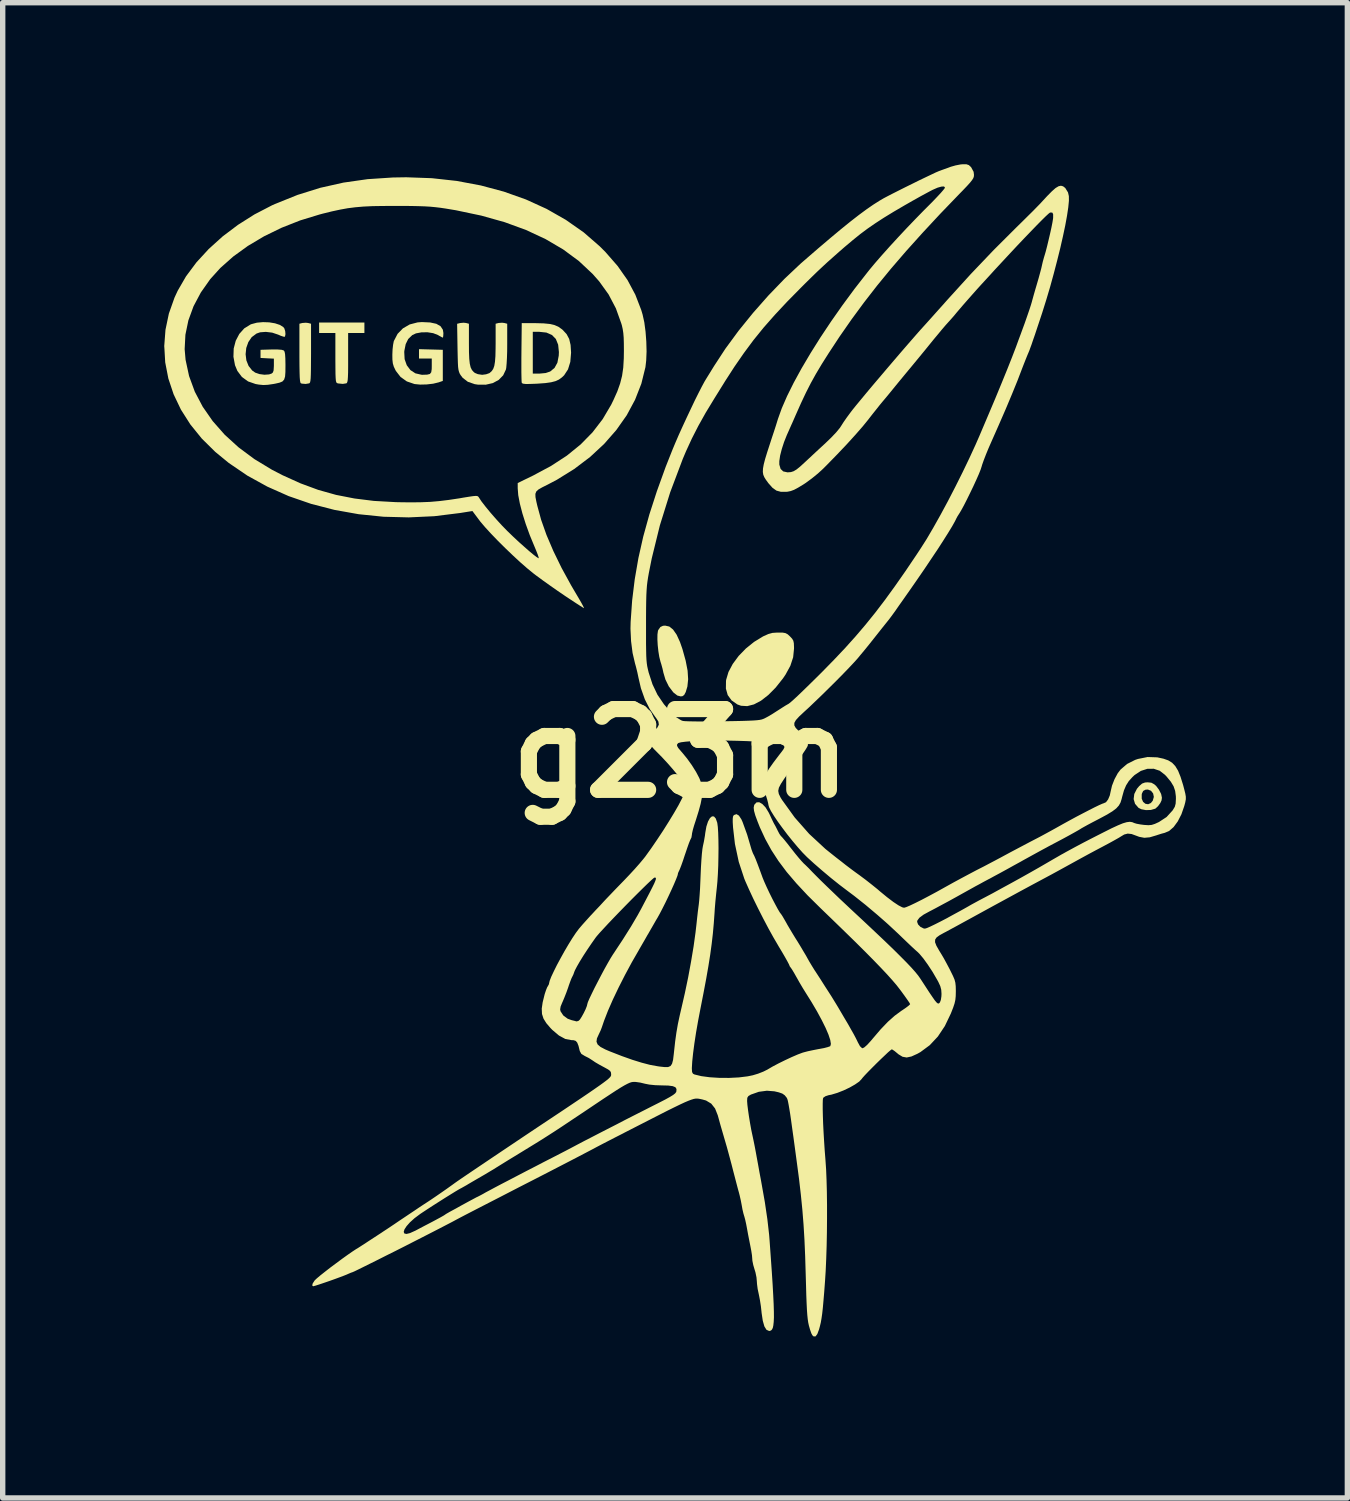
<source format=kicad_pcb>
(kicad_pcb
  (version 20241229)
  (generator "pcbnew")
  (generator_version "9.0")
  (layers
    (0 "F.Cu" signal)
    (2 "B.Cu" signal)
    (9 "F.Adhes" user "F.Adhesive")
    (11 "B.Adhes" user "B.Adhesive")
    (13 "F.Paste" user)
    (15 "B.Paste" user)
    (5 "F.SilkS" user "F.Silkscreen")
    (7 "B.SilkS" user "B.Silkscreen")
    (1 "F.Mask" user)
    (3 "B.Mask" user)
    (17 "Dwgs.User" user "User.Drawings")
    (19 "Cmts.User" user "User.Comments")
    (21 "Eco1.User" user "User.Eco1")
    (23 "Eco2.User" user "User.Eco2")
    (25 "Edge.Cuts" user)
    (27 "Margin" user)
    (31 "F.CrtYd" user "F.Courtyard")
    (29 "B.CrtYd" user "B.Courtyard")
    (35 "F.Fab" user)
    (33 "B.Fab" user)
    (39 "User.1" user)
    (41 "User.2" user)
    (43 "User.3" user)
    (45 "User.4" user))
  (footprint "g23m"
    (layer "F.Cu")
    (at 9.593 10.939)
    (property "Reference" "g23m" (at 0 0 0) (layer "F.SilkS") (effects (font (size 1.5 1.5) (thickness 0.3))))
    (attr board_only exclude_from_pos_files exclude_from_bom)
    (fp_poly (pts (xy -6.921 -7.991) (xy -6.867 -7.977) (xy -6.867 -7.43) (xy -6.868 -7.26) (xy -6.869 -7.129) (xy -6.871 -7.031) (xy -6.874 -6.961) (xy -6.879 -6.915) (xy -6.886 -6.887) (xy -6.896 -6.873) (xy -6.902 -6.87) (xy -6.966 -6.859) (xy -7.036 -6.865) (xy -7.056 -6.871) (xy -7.065 -6.885) (xy -7.072 -6.921) (xy -7.077 -6.984) (xy -7.08 -7.078) (xy -7.082 -7.205) (xy -7.083 -7.371) (xy -7.083 -7.429) (xy -7.083 -7.977) (xy -7.029 -7.991) (xy -6.964 -7.996)) (stroke (width 0) (type solid)) (fill yes) (layer "F.SilkS"))
    (fp_poly (pts (xy -5.876 -7.902) (xy -5.876 -7.805) (xy -6.027 -7.805) (xy -6.178 -7.805) (xy -6.178 -7.344) (xy -6.178 -7.19) (xy -6.179 -7.073) (xy -6.182 -6.989) (xy -6.186 -6.931) (xy -6.193 -6.896) (xy -6.202 -6.877) (xy -6.212 -6.87) (xy -6.278 -6.86) (xy -6.36 -6.868) (xy -6.377 -6.872) (xy -6.389 -6.878) (xy -6.399 -6.893) (xy -6.406 -6.923) (xy -6.41 -6.973) (xy -6.413 -7.048) (xy -6.414 -7.154) (xy -6.415 -7.296) (xy -6.415 -7.343) (xy -6.415 -7.805) (xy -6.566 -7.805) (xy -6.717 -7.805) (xy -6.717 -7.902) (xy -6.717 -7.999) (xy -6.296 -7.999) (xy -5.876 -7.999)) (stroke (width 0) (type solid)) (fill yes) (layer "F.SilkS"))
    (fp_poly (pts (xy -0.214 -2.354) (xy -0.144 -2.298) (xy -0.078 -2.203) (xy -0.016 -2.068) (xy 0.03 -1.936) (xy 0.09 -1.72) (xy 0.126 -1.534) (xy 0.136 -1.375) (xy 0.122 -1.24) (xy 0.091 -1.137) (xy 0.062 -1.083) (xy 0.029 -1.06) (xy -0.005 -1.057) (xy -0.065 -1.073) (xy -0.131 -1.124) (xy -0.144 -1.137) (xy -0.223 -1.242) (xy -0.286 -1.37) (xy -0.325 -1.502) (xy -0.325 -1.505) (xy -0.34 -1.572) (xy -0.363 -1.656) (xy -0.378 -1.703) (xy -0.4 -1.791) (xy -0.417 -1.896) (xy -0.429 -2.007) (xy -0.435 -2.114) (xy -0.434 -2.206) (xy -0.425 -2.272) (xy -0.419 -2.289) (xy -0.38 -2.345) (xy -0.331 -2.368) (xy -0.29 -2.371)) (stroke (width 0) (type solid)) (fill yes) (layer "F.SilkS"))
    (fp_poly (pts (xy 1.892 -2.241) (xy 1.943 -2.232) (xy 1.983 -2.211) (xy 2.025 -2.173) (xy 2.029 -2.169) (xy 2.067 -2.128) (xy 2.089 -2.091) (xy 2.099 -2.044) (xy 2.102 -1.973) (xy 2.102 -1.942) (xy 2.086 -1.783) (xy 2.034 -1.625) (xy 1.945 -1.462) (xy 1.897 -1.391) (xy 1.761 -1.22) (xy 1.624 -1.082) (xy 1.489 -0.977) (xy 1.358 -0.908) (xy 1.233 -0.876) (xy 1.118 -0.883) (xy 1.051 -0.907) (xy 0.943 -0.982) (xy 0.871 -1.081) (xy 0.837 -1.201) (xy 0.839 -1.344) (xy 0.842 -1.366) (xy 0.885 -1.51) (xy 0.964 -1.659) (xy 1.073 -1.807) (xy 1.207 -1.945) (xy 1.359 -2.068) (xy 1.524 -2.169) (xy 1.536 -2.175) (xy 1.625 -2.215) (xy 1.702 -2.236) (xy 1.79 -2.242) (xy 1.813 -2.242)) (stroke (width 0) (type solid)) (fill yes) (layer "F.SilkS"))
    (fp_poly (pts (xy 8.738 0.546) (xy 8.791 0.575) (xy 8.828 0.608) (xy 8.877 0.673) (xy 8.915 0.746) (xy 8.921 0.762) (xy 8.934 0.825) (xy 8.927 0.875) (xy 8.904 0.924) (xy 8.863 0.981) (xy 8.817 1.024) (xy 8.808 1.029) (xy 8.729 1.052) (xy 8.637 1.055) (xy 8.552 1.039) (xy 8.5 1.013) (xy 8.435 0.938) (xy 8.409 0.85) (xy 8.41 0.842) (xy 8.559 0.842) (xy 8.584 0.901) (xy 8.627 0.937) (xy 8.678 0.946) (xy 8.729 0.923) (xy 8.764 0.88) (xy 8.784 0.81) (xy 8.771 0.746) (xy 8.732 0.696) (xy 8.674 0.673) (xy 8.629 0.676) (xy 8.586 0.699) (xy 8.563 0.747) (xy 8.559 0.766) (xy 8.559 0.842) (xy 8.41 0.842) (xy 8.421 0.755) (xy 8.47 0.659) (xy 8.511 0.61) (xy 8.566 0.562) (xy 8.621 0.542) (xy 8.67 0.539)) (stroke (width 0) (type solid)) (fill yes) (layer "F.SilkS"))
    (fp_poly (pts (xy -2.695 -7.988) (xy -2.548 -7.984) (xy -2.435 -7.973) (xy -2.347 -7.953) (xy -2.275 -7.922) (xy -2.21 -7.876) (xy -2.194 -7.863) (xy -2.121 -7.784) (xy -2.073 -7.694) (xy -2.047 -7.583) (xy -2.038 -7.442) (xy -2.038 -7.439) (xy -2.052 -7.269) (xy -2.095 -7.13) (xy -2.167 -7.02) (xy -2.208 -6.981) (xy -2.264 -6.94) (xy -2.328 -6.911) (xy -2.409 -6.89) (xy -2.515 -6.875) (xy -2.653 -6.865) (xy -2.689 -6.863) (xy -2.801 -6.859) (xy -2.877 -6.858) (xy -2.923 -6.863) (xy -2.947 -6.872) (xy -2.954 -6.881) (xy -2.957 -6.91) (xy -2.959 -6.976) (xy -2.961 -7.073) (xy -2.961 -7.194) (xy -2.961 -7.334) (xy -2.96 -7.439) (xy -2.749 -7.439) (xy -2.749 -7.051) (xy -2.625 -7.051) (xy -2.509 -7.062) (xy -2.426 -7.09) (xy -2.345 -7.157) (xy -2.292 -7.254) (xy -2.267 -7.384) (xy -2.264 -7.45) (xy -2.278 -7.588) (xy -2.321 -7.694) (xy -2.393 -7.768) (xy -2.496 -7.813) (xy -2.628 -7.827) (xy -2.749 -7.827) (xy -2.749 -7.439) (xy -2.96 -7.439) (xy -2.96 -7.45) (xy -2.954 -7.989)) (stroke (width 0) (type solid)) (fill yes) (layer "F.SilkS"))
    (fp_poly (pts (xy -3.277 -7.991) (xy -3.224 -7.977) (xy -3.224 -7.595) (xy -3.225 -7.462) (xy -3.229 -7.339) (xy -3.235 -7.235) (xy -3.242 -7.159) (xy -3.248 -7.127) (xy -3.299 -7.019) (xy -3.382 -6.934) (xy -3.491 -6.875) (xy -3.622 -6.845) (xy -3.767 -6.846) (xy -3.827 -6.855) (xy -3.955 -6.899) (xy -4.051 -6.973) (xy -4.089 -7.023) (xy -4.107 -7.053) (xy -4.119 -7.084) (xy -4.129 -7.122) (xy -4.136 -7.175) (xy -4.14 -7.249) (xy -4.143 -7.35) (xy -4.146 -7.486) (xy -4.147 -7.54) (xy -4.154 -7.976) (xy -4.098 -7.99) (xy -4.033 -7.996) (xy -3.989 -7.991) (xy -3.935 -7.977) (xy -3.935 -7.61) (xy -3.934 -7.45) (xy -3.929 -7.327) (xy -3.919 -7.235) (xy -3.903 -7.167) (xy -3.879 -7.118) (xy -3.847 -7.082) (xy -3.825 -7.064) (xy -3.77 -7.041) (xy -3.7 -7.03) (xy -3.687 -7.029) (xy -3.617 -7.038) (xy -3.557 -7.059) (xy -3.549 -7.064) (xy -3.512 -7.097) (xy -3.484 -7.138) (xy -3.464 -7.194) (xy -3.451 -7.272) (xy -3.443 -7.376) (xy -3.44 -7.515) (xy -3.439 -7.61) (xy -3.439 -7.977) (xy -3.385 -7.991) (xy -3.32 -7.996)) (stroke (width 0) (type solid)) (fill yes) (layer "F.SilkS"))
    (fp_poly (pts (xy -4.656 -8.001) (xy -4.54 -7.976) (xy -4.462 -7.931) (xy -4.419 -7.866) (xy -4.409 -7.804) (xy -4.412 -7.75) (xy -4.417 -7.721) (xy -4.419 -7.719) (xy -4.442 -7.729) (xy -4.488 -7.754) (xy -4.511 -7.768) (xy -4.599 -7.802) (xy -4.706 -7.819) (xy -4.818 -7.817) (xy -4.919 -7.798) (xy -4.987 -7.766) (xy -5.062 -7.694) (xy -5.109 -7.599) (xy -5.134 -7.475) (xy -5.136 -7.451) (xy -5.129 -7.319) (xy -5.089 -7.206) (xy -5.021 -7.116) (xy -4.929 -7.056) (xy -4.817 -7.03) (xy -4.796 -7.029) (xy -4.711 -7.032) (xy -4.66 -7.044) (xy -4.635 -7.076) (xy -4.626 -7.135) (xy -4.625 -7.193) (xy -4.625 -7.331) (xy -4.744 -7.331) (xy -4.862 -7.331) (xy -4.862 -7.418) (xy -4.862 -7.505) (xy -4.641 -7.499) (xy -4.42 -7.493) (xy -4.42 -7.204) (xy -4.42 -6.915) (xy -4.499 -6.888) (xy -4.598 -6.864) (xy -4.719 -6.85) (xy -4.841 -6.847) (xy -4.943 -6.857) (xy -4.948 -6.858) (xy -5.088 -6.906) (xy -5.204 -6.988) (xy -5.29 -7.099) (xy -5.298 -7.113) (xy -5.33 -7.18) (xy -5.348 -7.241) (xy -5.356 -7.312) (xy -5.357 -7.404) (xy -5.353 -7.499) (xy -5.343 -7.588) (xy -5.33 -7.654) (xy -5.327 -7.66) (xy -5.26 -7.789) (xy -5.161 -7.891) (xy -5.035 -7.964) (xy -4.889 -8.002) (xy -4.809 -8.008)) (stroke (width 0) (type solid)) (fill yes) (layer "F.SilkS"))
    (fp_poly (pts (xy -7.644 -8.003) (xy -7.536 -7.985) (xy -7.445 -7.955) (xy -7.382 -7.915) (xy -7.363 -7.891) (xy -7.347 -7.841) (xy -7.342 -7.784) (xy -7.35 -7.742) (xy -7.354 -7.735) (xy -7.379 -7.737) (xy -7.43 -7.754) (xy -7.478 -7.775) (xy -7.589 -7.812) (xy -7.706 -7.826) (xy -7.813 -7.818) (xy -7.879 -7.795) (xy -7.969 -7.728) (xy -8.032 -7.635) (xy -8.07 -7.527) (xy -8.082 -7.411) (xy -8.068 -7.297) (xy -8.027 -7.194) (xy -7.96 -7.109) (xy -7.903 -7.069) (xy -7.824 -7.042) (xy -7.733 -7.03) (xy -7.647 -7.036) (xy -7.599 -7.052) (xy -7.575 -7.073) (xy -7.562 -7.111) (xy -7.558 -7.177) (xy -7.557 -7.201) (xy -7.557 -7.329) (xy -7.681 -7.335) (xy -7.805 -7.342) (xy -7.805 -7.417) (xy -7.805 -7.493) (xy -7.604 -7.499) (xy -7.489 -7.499) (xy -7.411 -7.493) (xy -7.372 -7.48) (xy -7.358 -7.457) (xy -7.349 -7.41) (xy -7.344 -7.333) (xy -7.342 -7.22) (xy -7.342 -7.2) (xy -7.343 -7.08) (xy -7.349 -6.997) (xy -7.366 -6.941) (xy -7.398 -6.905) (xy -7.451 -6.883) (xy -7.529 -6.865) (xy -7.567 -6.858) (xy -7.67 -6.843) (xy -7.753 -6.839) (xy -7.837 -6.847) (xy -7.898 -6.858) (xy -8.036 -6.906) (xy -8.15 -6.988) (xy -8.235 -7.101) (xy -8.279 -7.207) (xy -8.308 -7.364) (xy -8.303 -7.518) (xy -8.265 -7.662) (xy -8.199 -7.788) (xy -8.107 -7.891) (xy -7.991 -7.963) (xy -7.973 -7.97) (xy -7.872 -7.997) (xy -7.759 -8.007)) (stroke (width 0) (type solid)) (fill yes) (layer "F.SilkS"))
    (fp_poly (pts (xy -4.624 -10.68) (xy -4.161 -10.629) (xy -3.714 -10.545) (xy -3.285 -10.43) (xy -2.877 -10.285) (xy -2.493 -10.11) (xy -2.135 -9.906) (xy -1.805 -9.675) (xy -1.507 -9.416) (xy -1.399 -9.308) (xy -1.174 -9.05) (xy -0.99 -8.788) (xy -0.845 -8.517) (xy -0.736 -8.235) (xy -0.71 -8.148) (xy -0.678 -8.003) (xy -0.655 -7.83) (xy -0.641 -7.646) (xy -0.636 -7.462) (xy -0.643 -7.294) (xy -0.657 -7.171) (xy -0.733 -6.864) (xy -0.85 -6.565) (xy -1.005 -6.277) (xy -1.198 -6.003) (xy -1.425 -5.744) (xy -1.686 -5.502) (xy -1.979 -5.28) (xy -2.301 -5.08) (xy -2.472 -4.99) (xy -2.574 -4.939) (xy -2.644 -4.899) (xy -2.684 -4.862) (xy -2.701 -4.818) (xy -2.699 -4.757) (xy -2.682 -4.67) (xy -2.664 -4.593) (xy -2.594 -4.336) (xy -2.495 -4.056) (xy -2.367 -3.756) (xy -2.214 -3.442) (xy -2.037 -3.119) (xy -1.956 -2.981) (xy -1.898 -2.883) (xy -1.85 -2.8) (xy -1.816 -2.737) (xy -1.799 -2.701) (xy -1.798 -2.695) (xy -1.819 -2.707) (xy -1.87 -2.739) (xy -1.946 -2.788) (xy -2.04 -2.85) (xy -2.148 -2.921) (xy -2.162 -2.931) (xy -2.291 -3.019) (xy -2.428 -3.115) (xy -2.56 -3.209) (xy -2.676 -3.294) (xy -2.744 -3.346) (xy -2.855 -3.437) (xy -2.983 -3.549) (xy -3.12 -3.676) (xy -3.261 -3.811) (xy -3.398 -3.947) (xy -3.525 -4.079) (xy -3.634 -4.198) (xy -3.721 -4.3) (xy -3.748 -4.336) (xy -3.87 -4.499) (xy -4.102 -4.462) (xy -4.578 -4.403) (xy -5.052 -4.381) (xy -5.521 -4.393) (xy -5.982 -4.44) (xy -6.431 -4.52) (xy -6.865 -4.632) (xy -7.282 -4.776) (xy -7.678 -4.952) (xy -8.05 -5.157) (xy -8.395 -5.392) (xy -8.646 -5.598) (xy -8.896 -5.845) (xy -9.108 -6.107) (xy -9.283 -6.382) (xy -9.419 -6.667) (xy -9.517 -6.961) (xy -9.575 -7.26) (xy -9.589 -7.505) (xy -9.214 -7.505) (xy -9.197 -7.308) (xy -9.132 -7.006) (xy -9.025 -6.714) (xy -8.878 -6.435) (xy -8.693 -6.169) (xy -8.471 -5.917) (xy -8.213 -5.682) (xy -7.92 -5.464) (xy -7.593 -5.266) (xy -7.396 -5.164) (xy -7.062 -5.013) (xy -6.734 -4.892) (xy -6.403 -4.799) (xy -6.061 -4.732) (xy -5.7 -4.687) (xy -5.309 -4.665) (xy -5.25 -4.663) (xy -5.025 -4.66) (xy -4.831 -4.662) (xy -4.654 -4.669) (xy -4.483 -4.684) (xy -4.304 -4.706) (xy -4.105 -4.736) (xy -4.044 -4.747) (xy -3.932 -4.765) (xy -3.856 -4.776) (xy -3.807 -4.78) (xy -3.778 -4.777) (xy -3.762 -4.767) (xy -3.752 -4.754) (xy -3.702 -4.678) (xy -3.626 -4.58) (xy -3.534 -4.468) (xy -3.431 -4.35) (xy -3.325 -4.234) (xy -3.221 -4.127) (xy -3.209 -4.116) (xy -3.109 -4.019) (xy -3.006 -3.923) (xy -2.906 -3.834) (xy -2.815 -3.754) (xy -2.737 -3.689) (xy -2.678 -3.644) (xy -2.644 -3.623) (xy -2.639 -3.622) (xy -2.641 -3.641) (xy -2.657 -3.69) (xy -2.686 -3.764) (xy -2.719 -3.843) (xy -2.805 -4.051) (xy -2.88 -4.258) (xy -2.942 -4.455) (xy -2.989 -4.636) (xy -3.019 -4.793) (xy -3.029 -4.921) (xy -3.029 -4.924) (xy -3.029 -5.019) (xy -2.741 -5.159) (xy -2.409 -5.337) (xy -2.116 -5.528) (xy -1.861 -5.735) (xy -1.64 -5.96) (xy -1.451 -6.206) (xy -1.293 -6.474) (xy -1.252 -6.558) (xy -1.179 -6.721) (xy -1.127 -6.868) (xy -1.091 -7.01) (xy -1.069 -7.162) (xy -1.059 -7.335) (xy -1.057 -7.471) (xy -1.058 -7.612) (xy -1.061 -7.719) (xy -1.068 -7.804) (xy -1.079 -7.877) (xy -1.095 -7.948) (xy -1.106 -7.984) (xy -1.206 -8.263) (xy -1.342 -8.522) (xy -1.516 -8.764) (xy -1.639 -8.903) (xy -1.894 -9.142) (xy -2.185 -9.357) (xy -2.512 -9.549) (xy -2.874 -9.718) (xy -3.271 -9.863) (xy -3.705 -9.985) (xy -4.175 -10.084) (xy -4.366 -10.116) (xy -4.467 -10.131) (xy -4.561 -10.142) (xy -4.655 -10.151) (xy -4.757 -10.157) (xy -4.875 -10.161) (xy -5.017 -10.164) (xy -5.189 -10.165) (xy -5.304 -10.165) (xy -5.532 -10.164) (xy -5.725 -10.161) (xy -5.893 -10.153) (xy -6.044 -10.14) (xy -6.186 -10.122) (xy -6.329 -10.096) (xy -6.482 -10.063) (xy -6.652 -10.021) (xy -6.708 -10.006) (xy -7.068 -9.896) (xy -7.413 -9.76) (xy -7.739 -9.601) (xy -8.04 -9.422) (xy -8.312 -9.225) (xy -8.552 -9.012) (xy -8.739 -8.805) (xy -8.913 -8.558) (xy -9.049 -8.302) (xy -9.145 -8.039) (xy -9.2 -7.773) (xy -9.214 -7.505) (xy -9.589 -7.505) (xy -9.593 -7.562) (xy -9.57 -7.865) (xy -9.507 -8.166) (xy -9.402 -8.463) (xy -9.342 -8.592) (xy -9.188 -8.858) (xy -8.995 -9.117) (xy -8.767 -9.365) (xy -8.508 -9.599) (xy -8.223 -9.814) (xy -7.916 -10.008) (xy -7.59 -10.177) (xy -7.536 -10.201) (xy -7.119 -10.369) (xy -6.697 -10.501) (xy -6.265 -10.598) (xy -5.816 -10.662) (xy -5.347 -10.693) (xy -5.099 -10.697)) (stroke (width 0) (type solid)) (fill yes) (layer "F.SilkS"))
    (fp_poly (pts (xy 5.305 -10.938) (xy 5.349 -10.923) (xy 5.388 -10.887) (xy 5.392 -10.882) (xy 5.437 -10.799) (xy 5.444 -10.744) (xy 5.442 -10.713) (xy 5.432 -10.682) (xy 5.409 -10.645) (xy 5.371 -10.597) (xy 5.312 -10.532) (xy 5.229 -10.445) (xy 5.18 -10.395) (xy 4.818 -10.019) (xy 4.488 -9.664) (xy 4.184 -9.326) (xy 3.904 -9.001) (xy 3.644 -8.684) (xy 3.401 -8.371) (xy 3.17 -8.057) (xy 2.948 -7.738) (xy 2.744 -7.428) (xy 2.617 -7.227) (xy 2.509 -7.046) (xy 2.413 -6.873) (xy 2.323 -6.696) (xy 2.232 -6.503) (xy 2.135 -6.285) (xy 2.1 -6.205) (xy 2.064 -6.123) (xy 2.059 -6.113) (xy 2.028 -6.043) (xy 1.99 -5.957) (xy 1.968 -5.908) (xy 1.917 -5.78) (xy 1.875 -5.65) (xy 1.844 -5.529) (xy 1.829 -5.426) (xy 1.829 -5.362) (xy 1.853 -5.281) (xy 1.901 -5.235) (xy 1.978 -5.218) (xy 1.989 -5.218) (xy 2.044 -5.222) (xy 2.094 -5.238) (xy 2.148 -5.27) (xy 2.215 -5.324) (xy 2.297 -5.399) (xy 2.366 -5.463) (xy 2.456 -5.547) (xy 2.556 -5.64) (xy 2.657 -5.733) (xy 2.678 -5.752) (xy 2.792 -5.862) (xy 2.886 -5.961) (xy 2.954 -6.044) (xy 2.982 -6.087) (xy 3.024 -6.153) (xy 3.084 -6.239) (xy 3.152 -6.331) (xy 3.191 -6.382) (xy 3.254 -6.46) (xy 3.34 -6.564) (xy 3.445 -6.691) (xy 3.564 -6.833) (xy 3.694 -6.986) (xy 3.828 -7.144) (xy 3.963 -7.302) (xy 4.094 -7.455) (xy 4.216 -7.596) (xy 4.324 -7.72) (xy 4.414 -7.823) (xy 4.463 -7.878) (xy 4.541 -7.964) (xy 4.639 -8.073) (xy 4.748 -8.195) (xy 4.86 -8.32) (xy 4.956 -8.428) (xy 5.384 -8.899) (xy 5.81 -9.346) (xy 6.231 -9.766) (xy 6.342 -9.875) (xy 6.447 -9.979) (xy 6.541 -10.072) (xy 6.617 -10.15) (xy 6.672 -10.206) (xy 6.694 -10.23) (xy 6.804 -10.349) (xy 6.891 -10.437) (xy 6.959 -10.497) (xy 7.014 -10.53) (xy 7.059 -10.54) (xy 7.099 -10.529) (xy 7.138 -10.499) (xy 7.141 -10.495) (xy 7.19 -10.416) (xy 7.206 -10.347) (xy 7.207 -10.261) (xy 7.195 -10.138) (xy 7.172 -9.984) (xy 7.139 -9.803) (xy 7.096 -9.6) (xy 7.046 -9.38) (xy 6.988 -9.147) (xy 6.925 -8.906) (xy 6.858 -8.662) (xy 6.786 -8.42) (xy 6.712 -8.184) (xy 6.676 -8.075) (xy 6.62 -7.907) (xy 6.576 -7.774) (xy 6.54 -7.671) (xy 6.513 -7.591) (xy 6.49 -7.529) (xy 6.472 -7.479) (xy 6.454 -7.436) (xy 6.437 -7.396) (xy 6.407 -7.322) (xy 6.371 -7.231) (xy 6.343 -7.159) (xy 6.252 -6.921) (xy 6.149 -6.668) (xy 6.034 -6.394) (xy 5.903 -6.093) (xy 5.769 -5.79) (xy 5.715 -5.667) (xy 5.666 -5.548) (xy 5.625 -5.442) (xy 5.596 -5.36) (xy 5.585 -5.322) (xy 5.567 -5.267) (xy 5.533 -5.182) (xy 5.486 -5.076) (xy 5.431 -4.956) (xy 5.371 -4.832) (xy 5.311 -4.71) (xy 5.255 -4.6) (xy 5.205 -4.509) (xy 5.167 -4.446) (xy 5.164 -4.442) (xy 5.135 -4.396) (xy 5.119 -4.366) (xy 5.09 -4.307) (xy 5.039 -4.216) (xy 4.967 -4.098) (xy 4.877 -3.955) (xy 4.772 -3.792) (xy 4.652 -3.613) (xy 4.522 -3.419) (xy 4.383 -3.217) (xy 4.26 -3.04) (xy 4.187 -2.936) (xy 4.114 -2.832) (xy 4.048 -2.739) (xy 3.999 -2.668) (xy 3.996 -2.663) (xy 3.936 -2.58) (xy 3.873 -2.495) (xy 3.827 -2.437) (xy 3.782 -2.381) (xy 3.719 -2.302) (xy 3.647 -2.211) (xy 3.578 -2.124) (xy 3.498 -2.023) (xy 3.412 -1.917) (xy 3.331 -1.82) (xy 3.279 -1.757) (xy 3.214 -1.685) (xy 3.124 -1.589) (xy 3.014 -1.475) (xy 2.891 -1.35) (xy 2.76 -1.22) (xy 2.628 -1.09) (xy 2.5 -0.967) (xy 2.384 -0.856) (xy 2.289 -0.769) (xy 2.197 -0.683) (xy 2.137 -0.617) (xy 2.108 -0.565) (xy 2.108 -0.518) (xy 2.134 -0.471) (xy 2.187 -0.417) (xy 2.202 -0.403) (xy 2.295 -0.304) (xy 2.348 -0.216) (xy 2.361 -0.154) (xy 2.348 -0.121) (xy 2.313 -0.063) (xy 2.262 0.012) (xy 2.202 0.09) (xy 2.123 0.193) (xy 2.037 0.308) (xy 1.959 0.417) (xy 1.92 0.473) (xy 1.858 0.568) (xy 1.821 0.639) (xy 1.809 0.698) (xy 1.82 0.755) (xy 1.852 0.821) (xy 1.88 0.866) (xy 2.115 1.192) (xy 2.384 1.497) (xy 2.683 1.774) (xy 2.766 1.841) (xy 2.888 1.938) (xy 2.985 2.013) (xy 3.062 2.074) (xy 3.128 2.124) (xy 3.189 2.17) (xy 3.253 2.217) (xy 3.328 2.271) (xy 3.333 2.275) (xy 3.431 2.348) (xy 3.543 2.436) (xy 3.651 2.523) (xy 3.696 2.562) (xy 3.83 2.672) (xy 3.946 2.76) (xy 4.041 2.823) (xy 4.112 2.86) (xy 4.146 2.868) (xy 4.184 2.857) (xy 4.253 2.828) (xy 4.35 2.782) (xy 4.47 2.722) (xy 4.607 2.65) (xy 4.756 2.57) (xy 4.912 2.483) (xy 4.948 2.463) (xy 5.061 2.4) (xy 5.198 2.326) (xy 5.342 2.249) (xy 5.478 2.177) (xy 5.509 2.161) (xy 5.625 2.102) (xy 5.735 2.044) (xy 5.832 1.993) (xy 5.905 1.954) (xy 5.93 1.941) (xy 6.011 1.897) (xy 6.13 1.833) (xy 6.287 1.75) (xy 6.482 1.647) (xy 6.663 1.553) (xy 6.739 1.512) (xy 6.84 1.457) (xy 6.954 1.394) (xy 7.07 1.329) (xy 7.093 1.316) (xy 7.213 1.25) (xy 7.338 1.182) (xy 7.462 1.117) (xy 7.58 1.056) (xy 7.684 1.003) (xy 7.769 0.962) (xy 7.828 0.936) (xy 7.854 0.927) (xy 7.896 0.908) (xy 7.935 0.856) (xy 7.966 0.783) (xy 7.982 0.709) (xy 8.007 0.601) (xy 8.054 0.481) (xy 8.114 0.37) (xy 8.166 0.302) (xy 8.287 0.198) (xy 8.438 0.122) (xy 8.489 0.105) (xy 8.668 0.069) (xy 8.847 0.075) (xy 8.963 0.1) (xy 9.051 0.131) (xy 9.123 0.175) (xy 9.182 0.237) (xy 9.234 0.323) (xy 9.28 0.437) (xy 9.327 0.587) (xy 9.347 0.662) (xy 9.368 0.746) (xy 9.378 0.805) (xy 9.378 0.855) (xy 9.367 0.913) (xy 9.349 0.98) (xy 9.296 1.133) (xy 9.228 1.265) (xy 9.151 1.37) (xy 9.067 1.443) (xy 8.986 1.477) (xy 8.929 1.492) (xy 8.856 1.515) (xy 8.83 1.524) (xy 8.708 1.56) (xy 8.607 1.569) (xy 8.512 1.551) (xy 8.464 1.533) (xy 8.371 1.499) (xy 8.299 1.491) (xy 8.234 1.508) (xy 8.182 1.539) (xy 8.135 1.568) (xy 8.059 1.611) (xy 7.965 1.663) (xy 7.862 1.718) (xy 7.849 1.725) (xy 7.726 1.79) (xy 7.584 1.866) (xy 7.439 1.945) (xy 7.31 2.016) (xy 7.31 2.016) (xy 7.181 2.087) (xy 7.032 2.169) (xy 6.88 2.252) (xy 6.742 2.326) (xy 6.727 2.334) (xy 6.531 2.439) (xy 6.305 2.561) (xy 6.057 2.696) (xy 5.794 2.839) (xy 5.524 2.987) (xy 5.369 3.072) (xy 5.248 3.138) (xy 5.126 3.205) (xy 5.015 3.265) (xy 4.925 3.314) (xy 4.888 3.333) (xy 4.805 3.379) (xy 4.75 3.419) (xy 4.723 3.459) (xy 4.721 3.508) (xy 4.746 3.573) (xy 4.796 3.661) (xy 4.845 3.741) (xy 4.885 3.809) (xy 4.935 3.901) (xy 4.988 4.001) (xy 5.009 4.043) (xy 5.054 4.134) (xy 5.083 4.202) (xy 5.098 4.26) (xy 5.105 4.324) (xy 5.107 4.407) (xy 5.107 4.422) (xy 5.105 4.509) (xy 5.098 4.579) (xy 5.083 4.646) (xy 5.057 4.724) (xy 5.016 4.828) (xy 5.015 4.831) (xy 4.903 5.065) (xy 4.773 5.26) (xy 4.623 5.42) (xy 4.45 5.548) (xy 4.393 5.58) (xy 4.283 5.63) (xy 4.194 5.649) (xy 4.117 5.635) (xy 4.043 5.59) (xy 4.024 5.574) (xy 3.972 5.531) (xy 3.931 5.503) (xy 3.916 5.498) (xy 3.895 5.513) (xy 3.849 5.552) (xy 3.787 5.611) (xy 3.712 5.682) (xy 3.631 5.761) (xy 3.551 5.841) (xy 3.478 5.915) (xy 3.417 5.979) (xy 3.374 6.027) (xy 3.358 6.048) (xy 3.313 6.096) (xy 3.235 6.15) (xy 3.135 6.207) (xy 3.023 6.26) (xy 2.906 6.306) (xy 2.796 6.339) (xy 2.744 6.349) (xy 2.686 6.368) (xy 2.647 6.395) (xy 2.643 6.401) (xy 2.637 6.435) (xy 2.635 6.506) (xy 2.635 6.609) (xy 2.638 6.736) (xy 2.643 6.882) (xy 2.651 7.042) (xy 2.661 7.208) (xy 2.672 7.376) (xy 2.685 7.538) (xy 2.687 7.568) (xy 2.698 7.727) (xy 2.706 7.921) (xy 2.712 8.142) (xy 2.715 8.383) (xy 2.715 8.636) (xy 2.713 8.893) (xy 2.708 9.147) (xy 2.7 9.389) (xy 2.69 9.613) (xy 2.678 9.8) (xy 2.663 10.002) (xy 2.649 10.167) (xy 2.637 10.301) (xy 2.625 10.409) (xy 2.612 10.498) (xy 2.599 10.572) (xy 2.583 10.639) (xy 2.567 10.698) (xy 2.535 10.784) (xy 2.502 10.828) (xy 2.467 10.829) (xy 2.444 10.809) (xy 2.424 10.772) (xy 2.401 10.706) (xy 2.378 10.626) (xy 2.377 10.621) (xy 2.366 10.571) (xy 2.357 10.51) (xy 2.349 10.433) (xy 2.342 10.336) (xy 2.336 10.214) (xy 2.33 10.062) (xy 2.325 9.877) (xy 2.319 9.671) (xy 2.309 9.337) (xy 2.296 9.035) (xy 2.279 8.752) (xy 2.257 8.477) (xy 2.229 8.197) (xy 2.195 7.902) (xy 2.155 7.601) (xy 2.121 7.348) (xy 2.092 7.134) (xy 2.067 6.956) (xy 2.047 6.81) (xy 2.03 6.693) (xy 2.015 6.602) (xy 2.003 6.532) (xy 1.993 6.48) (xy 1.985 6.443) (xy 1.977 6.418) (xy 1.969 6.401) (xy 1.964 6.393) (xy 1.929 6.35) (xy 1.885 6.319) (xy 1.819 6.296) (xy 1.738 6.277) (xy 1.598 6.266) (xy 1.448 6.286) (xy 1.306 6.336) (xy 1.304 6.336) (xy 1.255 6.365) (xy 1.234 6.398) (xy 1.231 6.455) (xy 1.231 6.458) (xy 1.236 6.526) (xy 1.248 6.624) (xy 1.265 6.742) (xy 1.286 6.869) (xy 1.308 6.992) (xy 1.331 7.1) (xy 1.336 7.123) (xy 1.352 7.199) (xy 1.373 7.303) (xy 1.395 7.42) (xy 1.412 7.514) (xy 1.436 7.644) (xy 1.461 7.784) (xy 1.486 7.916) (xy 1.499 7.989) (xy 1.56 8.333) (xy 1.607 8.652) (xy 1.64 8.941) (xy 1.649 9.056) (xy 1.671 9.366) (xy 1.69 9.635) (xy 1.705 9.867) (xy 1.716 10.064) (xy 1.724 10.229) (xy 1.728 10.364) (xy 1.729 10.474) (xy 1.725 10.559) (xy 1.718 10.624) (xy 1.708 10.67) (xy 1.693 10.7) (xy 1.675 10.718) (xy 1.653 10.726) (xy 1.639 10.727) (xy 1.591 10.706) (xy 1.552 10.643) (xy 1.522 10.538) (xy 1.5 10.391) (xy 1.499 10.379) (xy 1.487 10.269) (xy 1.47 10.159) (xy 1.452 10.066) (xy 1.446 10.037) (xy 1.427 9.948) (xy 1.415 9.856) (xy 1.412 9.81) (xy 1.405 9.732) (xy 1.386 9.639) (xy 1.369 9.584) (xy 1.345 9.502) (xy 1.329 9.423) (xy 1.326 9.381) (xy 1.321 9.32) (xy 1.308 9.236) (xy 1.292 9.153) (xy 1.272 9.052) (xy 1.249 8.935) (xy 1.23 8.83) (xy 1.213 8.74) (xy 1.195 8.659) (xy 1.18 8.604) (xy 1.178 8.598) (xy 1.162 8.544) (xy 1.144 8.467) (xy 1.133 8.404) (xy 1.115 8.309) (xy 1.093 8.212) (xy 1.08 8.161) (xy 1.063 8.1) (xy 1.039 8.009) (xy 1.01 7.898) (xy 0.979 7.779) (xy 0.972 7.752) (xy 0.94 7.627) (xy 0.907 7.504) (xy 0.877 7.393) (xy 0.854 7.309) (xy 0.851 7.299) (xy 0.789 7.086) (xy 0.735 6.9) (xy 0.693 6.747) (xy 0.686 6.722) (xy 0.636 6.596) (xy 0.565 6.506) (xy 0.469 6.448) (xy 0.399 6.428) (xy 0.366 6.421) (xy 0.336 6.415) (xy 0.308 6.412) (xy 0.278 6.412) (xy 0.242 6.418) (xy 0.199 6.431) (xy 0.145 6.451) (xy 0.076 6.48) (xy -0.01 6.52) (xy -0.115 6.571) (xy -0.245 6.635) (xy -0.4 6.714) (xy -0.584 6.808) (xy -0.801 6.919) (xy -1.053 7.048) (xy -1.067 7.056) (xy -1.209 7.128) (xy -1.343 7.197) (xy -1.463 7.259) (xy -1.562 7.311) (xy -1.635 7.35) (xy -1.671 7.369) (xy -1.715 7.392) (xy -1.793 7.433) (xy -1.906 7.492) (xy -2.054 7.569) (xy -2.238 7.664) (xy -2.458 7.778) (xy -2.715 7.91) (xy -3.01 8.061) (xy -3.341 8.232) (xy -3.633 8.382) (xy -3.765 8.45) (xy -3.891 8.515) (xy -4.005 8.574) (xy -4.097 8.622) (xy -4.161 8.656) (xy -4.172 8.662) (xy -4.254 8.706) (xy -4.362 8.762) (xy -4.491 8.829) (xy -4.637 8.904) (xy -4.795 8.985) (xy -4.962 9.07) (xy -5.132 9.157) (xy -5.302 9.243) (xy -5.467 9.325) (xy -5.621 9.403) (xy -5.762 9.473) (xy -5.885 9.534) (xy -5.984 9.583) (xy -6.056 9.618) (xy -6.097 9.636) (xy -6.104 9.638) (xy -6.127 9.646) (xy -6.176 9.667) (xy -6.205 9.68) (xy -6.255 9.7) (xy -6.332 9.729) (xy -6.424 9.763) (xy -6.525 9.799) (xy -6.624 9.833) (xy -6.713 9.863) (xy -6.782 9.885) (xy -6.823 9.896) (xy -6.829 9.897) (xy -6.845 9.882) (xy -6.836 9.845) (xy -6.803 9.794) (xy -6.797 9.786) (xy -6.761 9.752) (xy -6.696 9.697) (xy -6.61 9.629) (xy -6.51 9.551) (xy -6.401 9.47) (xy -6.292 9.389) (xy -6.189 9.315) (xy -6.098 9.252) (xy -6.028 9.206) (xy -6.01 9.196) (xy -5.98 9.177) (xy -5.921 9.139) (xy -5.841 9.087) (xy -5.748 9.026) (xy -5.648 8.961) (xy -5.55 8.897) (xy -5.536 8.887) (xy -5.146 8.887) (xy -5.134 8.917) (xy -5.095 8.926) (xy -5.03 8.91) (xy -4.935 8.867) (xy -4.926 8.863) (xy -4.853 8.824) (xy -4.758 8.774) (xy -4.656 8.721) (xy -4.614 8.699) (xy -4.53 8.654) (xy -4.458 8.615) (xy -4.409 8.587) (xy -4.394 8.578) (xy -4.359 8.554) (xy -4.305 8.523) (xy -4.297 8.518) (xy -4.247 8.491) (xy -4.171 8.45) (xy -4.084 8.401) (xy -4.043 8.379) (xy -3.952 8.329) (xy -3.864 8.282) (xy -3.795 8.245) (xy -3.773 8.235) (xy -3.713 8.204) (xy -3.665 8.178) (xy -3.655 8.172) (xy -3.62 8.152) (xy -3.552 8.116) (xy -3.455 8.064) (xy -3.334 8) (xy -3.193 7.927) (xy -3.038 7.846) (xy -2.873 7.76) (xy -2.702 7.672) (xy -2.531 7.583) (xy -2.523 7.579) (xy -2.386 7.509) (xy -2.254 7.441) (xy -2.134 7.379) (xy -2.035 7.327) (xy -1.963 7.289) (xy -1.941 7.277) (xy -1.88 7.245) (xy -1.787 7.196) (xy -1.666 7.134) (xy -1.525 7.061) (xy -1.367 6.98) (xy -1.199 6.894) (xy -1.028 6.805) (xy -0.857 6.718) (xy -0.693 6.635) (xy -0.542 6.558) (xy -0.415 6.494) (xy -0.292 6.431) (xy -0.203 6.382) (xy -0.143 6.345) (xy -0.106 6.316) (xy -0.087 6.291) (xy -0.083 6.279) (xy -0.08 6.234) (xy -0.101 6.201) (xy -0.15 6.181) (xy -0.233 6.17) (xy -0.353 6.167) (xy -0.356 6.167) (xy -0.476 6.163) (xy -0.585 6.152) (xy -0.667 6.136) (xy -0.67 6.135) (xy -0.753 6.115) (xy -0.837 6.103) (xy -0.864 6.102) (xy -0.89 6.103) (xy -0.919 6.108) (xy -0.952 6.119) (xy -0.993 6.138) (xy -1.046 6.166) (xy -1.114 6.206) (xy -1.2 6.26) (xy -1.307 6.33) (xy -1.439 6.417) (xy -1.6 6.525) (xy -1.792 6.654) (xy -1.846 6.69) (xy -2.038 6.818) (xy -2.204 6.929) (xy -2.355 7.028) (xy -2.5 7.121) (xy -2.649 7.215) (xy -2.812 7.315) (xy -2.998 7.429) (xy -3.083 7.481) (xy -3.185 7.543) (xy -3.279 7.601) (xy -3.358 7.65) (xy -3.411 7.683) (xy -3.418 7.687) (xy -3.468 7.719) (xy -3.544 7.764) (xy -3.634 7.818) (xy -3.698 7.855) (xy -3.791 7.909) (xy -3.877 7.959) (xy -3.947 8) (xy -3.978 8.019) (xy -4.035 8.051) (xy -4.079 8.076) (xy -4.086 8.079) (xy -4.124 8.1) (xy -4.191 8.14) (xy -4.28 8.195) (xy -4.383 8.259) (xy -4.493 8.329) (xy -4.603 8.399) (xy -4.706 8.466) (xy -4.794 8.524) (xy -4.839 8.554) (xy -4.946 8.634) (xy -5.031 8.711) (xy -5.093 8.781) (xy -5.132 8.841) (xy -5.146 8.887) (xy -5.536 8.887) (xy -5.461 8.838) (xy -5.389 8.79) (xy -5.34 8.757) (xy -5.335 8.754) (xy -5.294 8.726) (xy -5.228 8.681) (xy -5.144 8.625) (xy -5.05 8.562) (xy -4.954 8.498) (xy -4.864 8.437) (xy -4.787 8.386) (xy -4.732 8.35) (xy -4.707 8.334) (xy -4.642 8.291) (xy -4.552 8.23) (xy -4.449 8.159) (xy -4.343 8.085) (xy -4.245 8.015) (xy -4.194 7.978) (xy -4.15 7.947) (xy -4.073 7.894) (xy -3.967 7.822) (xy -3.834 7.732) (xy -3.678 7.627) (xy -3.503 7.509) (xy -3.311 7.38) (xy -3.105 7.242) (xy -2.889 7.097) (xy -2.666 6.948) (xy -2.663 6.946) (xy -2.409 6.777) (xy -2.188 6.63) (xy -1.999 6.503) (xy -1.838 6.395) (xy -1.704 6.304) (xy -1.594 6.228) (xy -1.505 6.166) (xy -1.436 6.116) (xy -1.384 6.077) (xy -1.346 6.046) (xy -1.321 6.022) (xy -1.305 6.003) (xy -1.297 5.988) (xy -1.294 5.974) (xy -1.294 5.965) (xy -1.297 5.928) (xy -1.313 5.899) (xy -1.35 5.871) (xy -1.417 5.834) (xy -1.434 5.825) (xy -1.515 5.781) (xy -1.59 5.737) (xy -1.64 5.703) (xy -1.708 5.659) (xy -1.781 5.622) (xy -1.785 5.62) (xy -1.847 5.582) (xy -1.876 5.53) (xy -1.877 5.527) (xy -1.9 5.433) (xy -1.923 5.374) (xy -1.938 5.356) (xy -1.566 5.356) (xy -1.545 5.407) (xy -1.491 5.453) (xy -1.401 5.5) (xy -1.324 5.533) (xy -1.096 5.622) (xy -0.899 5.692) (xy -0.728 5.745) (xy -0.575 5.785) (xy -0.434 5.811) (xy -0.393 5.817) (xy -0.3 5.827) (xy -0.235 5.826) (xy -0.191 5.807) (xy -0.163 5.765) (xy -0.144 5.694) (xy -0.131 5.587) (xy -0.126 5.541) (xy -0.105 5.35) (xy -0.082 5.186) (xy -0.055 5.03) (xy -0.02 4.866) (xy 0.011 4.733) (xy 0.075 4.454) (xy 0.136 4.162) (xy 0.19 3.869) (xy 0.237 3.587) (xy 0.273 3.327) (xy 0.291 3.17) (xy 0.303 3.056) (xy 0.316 2.941) (xy 0.329 2.841) (xy 0.334 2.803) (xy 0.341 2.736) (xy 0.349 2.635) (xy 0.357 2.512) (xy 0.363 2.375) (xy 0.368 2.253) (xy 0.374 2.115) (xy 0.382 1.984) (xy 0.391 1.868) (xy 0.401 1.777) (xy 0.41 1.725) (xy 0.43 1.632) (xy 0.448 1.527) (xy 0.454 1.478) (xy 0.475 1.359) (xy 0.505 1.267) (xy 0.541 1.203) (xy 0.579 1.171) (xy 0.616 1.173) (xy 0.649 1.211) (xy 0.676 1.288) (xy 0.677 1.293) (xy 0.687 1.367) (xy 0.694 1.475) (xy 0.698 1.609) (xy 0.7 1.762) (xy 0.698 1.924) (xy 0.695 2.087) (xy 0.688 2.243) (xy 0.679 2.384) (xy 0.67 2.48) (xy 0.656 2.61) (xy 0.642 2.752) (xy 0.631 2.884) (xy 0.626 2.965) (xy 0.612 3.159) (xy 0.595 3.348) (xy 0.573 3.539) (xy 0.546 3.738) (xy 0.512 3.953) (xy 0.471 4.188) (xy 0.421 4.453) (xy 0.364 4.744) (xy 0.321 4.968) (xy 0.283 5.185) (xy 0.252 5.387) (xy 0.228 5.569) (xy 0.212 5.723) (xy 0.205 5.842) (xy 0.205 5.858) (xy 0.209 5.919) (xy 0.226 5.95) (xy 0.253 5.964) (xy 0.38 5.995) (xy 0.538 6.016) (xy 0.714 6.027) (xy 0.897 6.028) (xy 1.076 6.019) (xy 1.24 5.999) (xy 1.337 5.979) (xy 1.436 5.949) (xy 1.535 5.91) (xy 1.613 5.871) (xy 1.617 5.868) (xy 1.706 5.816) (xy 1.816 5.758) (xy 1.938 5.698) (xy 2.06 5.641) (xy 2.171 5.593) (xy 2.259 5.56) (xy 2.283 5.553) (xy 2.359 5.533) (xy 2.458 5.512) (xy 2.56 5.492) (xy 2.573 5.49) (xy 2.659 5.474) (xy 2.728 5.456) (xy 2.77 5.441) (xy 2.776 5.437) (xy 2.787 5.397) (xy 2.775 5.324) (xy 2.742 5.224) (xy 2.689 5.1) (xy 2.617 4.955) (xy 2.53 4.794) (xy 2.427 4.619) (xy 2.323 4.453) (xy 2.264 4.358) (xy 2.202 4.253) (xy 2.151 4.162) (xy 2.15 4.161) (xy 2.109 4.088) (xy 2.072 4.026) (xy 2.047 3.988) (xy 2.046 3.987) (xy 2.021 3.953) (xy 2.016 3.937) (xy 2.005 3.913) (xy 1.976 3.858) (xy 1.932 3.78) (xy 1.878 3.687) (xy 1.816 3.584) (xy 1.801 3.558) (xy 1.718 3.416) (xy 1.626 3.25) (xy 1.53 3.068) (xy 1.435 2.881) (xy 1.345 2.698) (xy 1.266 2.528) (xy 1.201 2.382) (xy 1.179 2.329) (xy 1.076 2.016) (xy 1.005 1.684) (xy 0.97 1.379) (xy 0.964 1.28) (xy 0.964 1.215) (xy 0.969 1.175) (xy 0.982 1.151) (xy 0.988 1.146) (xy 1.034 1.13) (xy 1.079 1.157) (xy 1.124 1.225) (xy 1.147 1.276) (xy 1.231 1.508) (xy 1.292 1.715) (xy 1.313 1.787) (xy 1.335 1.846) (xy 1.344 1.866) (xy 1.364 1.905) (xy 1.391 1.968) (xy 1.427 2.061) (xy 1.474 2.187) (xy 1.52 2.313) (xy 1.551 2.388) (xy 1.594 2.484) (xy 1.645 2.592) (xy 1.7 2.703) (xy 1.754 2.806) (xy 1.801 2.893) (xy 1.838 2.955) (xy 1.851 2.972) (xy 1.869 2.996) (xy 1.889 3.027) (xy 1.917 3.075) (xy 1.959 3.148) (xy 1.978 3.183) (xy 2.015 3.246) (xy 2.067 3.333) (xy 2.126 3.43) (xy 2.166 3.493) (xy 2.224 3.588) (xy 2.279 3.681) (xy 2.325 3.758) (xy 2.346 3.796) (xy 2.384 3.864) (xy 2.435 3.949) (xy 2.489 4.036) (xy 2.495 4.044) (xy 2.597 4.201) (xy 2.678 4.329) (xy 2.744 4.431) (xy 2.798 4.515) (xy 2.842 4.587) (xy 2.882 4.652) (xy 2.92 4.715) (xy 2.937 4.744) (xy 3.031 4.904) (xy 3.107 5.032) (xy 3.165 5.135) (xy 3.211 5.216) (xy 3.246 5.282) (xy 3.274 5.338) (xy 3.286 5.364) (xy 3.327 5.439) (xy 3.364 5.474) (xy 3.377 5.477) (xy 3.409 5.46) (xy 3.461 5.414) (xy 3.526 5.343) (xy 3.563 5.299) (xy 3.711 5.126) (xy 3.845 4.986) (xy 3.972 4.873) (xy 4.097 4.781) (xy 4.107 4.775) (xy 4.176 4.728) (xy 4.229 4.688) (xy 4.256 4.662) (xy 4.258 4.658) (xy 4.246 4.634) (xy 4.212 4.584) (xy 4.161 4.512) (xy 4.098 4.425) (xy 4.067 4.384) (xy 4.005 4.304) (xy 3.927 4.213) (xy 3.832 4.107) (xy 3.718 3.986) (xy 3.584 3.847) (xy 3.427 3.688) (xy 3.245 3.507) (xy 3.036 3.303) (xy 2.799 3.073) (xy 2.597 2.878) (xy 2.355 2.639) (xy 2.147 2.416) (xy 1.967 2.205) (xy 1.814 2.001) (xy 1.682 1.798) (xy 1.568 1.591) (xy 1.468 1.375) (xy 1.425 1.267) (xy 1.383 1.153) (xy 1.36 1.07) (xy 1.353 1.01) (xy 1.362 0.964) (xy 1.368 0.951) (xy 1.407 0.911) (xy 1.457 0.909) (xy 1.513 0.941) (xy 1.573 1.004) (xy 1.63 1.097) (xy 1.651 1.139) (xy 1.686 1.215) (xy 1.716 1.277) (xy 1.735 1.314) (xy 1.736 1.315) (xy 1.758 1.354) (xy 1.788 1.413) (xy 1.8 1.438) (xy 1.83 1.495) (xy 1.856 1.533) (xy 1.864 1.541) (xy 1.884 1.562) (xy 1.925 1.61) (xy 1.981 1.679) (xy 2.045 1.762) (xy 2.055 1.774) (xy 2.124 1.862) (xy 2.189 1.941) (xy 2.242 2.002) (xy 2.276 2.038) (xy 2.277 2.04) (xy 2.318 2.078) (xy 2.376 2.135) (xy 2.438 2.2) (xy 2.439 2.201) (xy 2.506 2.269) (xy 2.598 2.361) (xy 2.708 2.468) (xy 2.831 2.586) (xy 2.958 2.708) (xy 3.085 2.827) (xy 3.14 2.879) (xy 3.385 3.107) (xy 3.599 3.308) (xy 3.785 3.484) (xy 3.945 3.638) (xy 4.079 3.771) (xy 4.191 3.884) (xy 4.282 3.98) (xy 4.354 4.061) (xy 4.409 4.129) (xy 4.447 4.183) (xy 4.543 4.33) (xy 4.617 4.444) (xy 4.675 4.529) (xy 4.717 4.589) (xy 4.748 4.626) (xy 4.77 4.644) (xy 4.786 4.647) (xy 4.8 4.639) (xy 4.813 4.622) (xy 4.813 4.622) (xy 4.829 4.58) (xy 4.839 4.513) (xy 4.841 4.467) (xy 4.836 4.391) (xy 4.818 4.323) (xy 4.782 4.245) (xy 4.761 4.207) (xy 4.675 4.059) (xy 4.587 3.925) (xy 4.504 3.81) (xy 4.431 3.723) (xy 4.394 3.687) (xy 4.351 3.649) (xy 4.284 3.587) (xy 4.201 3.508) (xy 4.108 3.419) (xy 4.042 3.355) (xy 3.854 3.18) (xy 3.797 3.129) (xy 4.388 3.129) (xy 4.406 3.178) (xy 4.451 3.224) (xy 4.507 3.252) (xy 4.533 3.256) (xy 4.567 3.246) (xy 4.632 3.218) (xy 4.721 3.175) (xy 4.828 3.121) (xy 4.947 3.059) (xy 4.966 3.048) (xy 5.083 2.984) (xy 5.188 2.927) (xy 5.274 2.879) (xy 5.336 2.844) (xy 5.367 2.826) (xy 5.369 2.825) (xy 5.395 2.81) (xy 5.452 2.779) (xy 5.531 2.736) (xy 5.626 2.686) (xy 5.649 2.674) (xy 5.787 2.601) (xy 5.949 2.512) (xy 6.127 2.415) (xy 6.31 2.314) (xy 6.488 2.214) (xy 6.65 2.122) (xy 6.788 2.042) (xy 6.824 2.021) (xy 6.915 1.968) (xy 7.002 1.918) (xy 7.071 1.878) (xy 7.094 1.866) (xy 7.158 1.83) (xy 7.241 1.785) (xy 7.32 1.742) (xy 7.384 1.708) (xy 7.478 1.658) (xy 7.592 1.599) (xy 7.719 1.534) (xy 7.847 1.469) (xy 7.998 1.393) (xy 8.117 1.338) (xy 8.209 1.3) (xy 8.281 1.279) (xy 8.337 1.272) (xy 8.383 1.279) (xy 8.421 1.295) (xy 8.464 1.308) (xy 8.534 1.321) (xy 8.603 1.33) (xy 8.683 1.335) (xy 8.743 1.33) (xy 8.803 1.311) (xy 8.879 1.276) (xy 9.021 1.183) (xy 9.132 1.061) (xy 9.173 0.994) (xy 9.189 0.935) (xy 9.194 0.844) (xy 9.193 0.798) (xy 9.18 0.699) (xy 9.151 0.613) (xy 9.1 0.528) (xy 9.021 0.432) (xy 8.991 0.4) (xy 8.893 0.324) (xy 8.782 0.287) (xy 8.664 0.288) (xy 8.543 0.327) (xy 8.426 0.404) (xy 8.386 0.442) (xy 8.319 0.516) (xy 8.269 0.595) (xy 8.229 0.689) (xy 8.195 0.811) (xy 8.185 0.852) (xy 8.165 0.915) (xy 8.134 0.97) (xy 8.086 1.023) (xy 8.015 1.077) (xy 7.917 1.137) (xy 7.785 1.208) (xy 7.747 1.228) (xy 7.645 1.281) (xy 7.553 1.33) (xy 7.479 1.371) (xy 7.433 1.397) (xy 7.428 1.401) (xy 7.385 1.427) (xy 7.311 1.469) (xy 7.212 1.524) (xy 7.094 1.588) (xy 6.966 1.656) (xy 6.835 1.725) (xy 6.784 1.753) (xy 6.702 1.797) (xy 6.598 1.854) (xy 6.478 1.92) (xy 6.351 1.99) (xy 6.318 2.009) (xy 6.183 2.083) (xy 6.048 2.158) (xy 5.922 2.227) (xy 5.814 2.285) (xy 5.734 2.329) (xy 5.725 2.333) (xy 5.631 2.383) (xy 5.54 2.433) (xy 5.465 2.473) (xy 5.444 2.485) (xy 5.284 2.574) (xy 5.126 2.662) (xy 4.976 2.745) (xy 4.84 2.818) (xy 4.727 2.879) (xy 4.643 2.923) (xy 4.625 2.932) (xy 4.508 2.996) (xy 4.431 3.053) (xy 4.393 3.104) (xy 4.388 3.129) (xy 3.797 3.129) (xy 3.645 2.996) (xy 3.43 2.815) (xy 3.22 2.648) (xy 3.088 2.549) (xy 2.947 2.442) (xy 2.788 2.315) (xy 2.626 2.179) (xy 2.473 2.046) (xy 2.346 1.93) (xy 2.263 1.846) (xy 2.172 1.744) (xy 2.076 1.63) (xy 1.979 1.509) (xy 1.887 1.387) (xy 1.802 1.27) (xy 1.73 1.163) (xy 1.674 1.072) (xy 1.639 1.002) (xy 1.628 0.963) (xy 1.621 0.925) (xy 1.604 0.859) (xy 1.579 0.778) (xy 1.573 0.761) (xy 1.547 0.675) (xy 1.533 0.6) (xy 1.534 0.528) (xy 1.55 0.456) (xy 1.585 0.376) (xy 1.641 0.283) (xy 1.72 0.171) (xy 1.823 0.035) (xy 1.873 -0.029) (xy 1.906 -0.074) (xy 1.923 -0.11) (xy 1.921 -0.138) (xy 1.896 -0.16) (xy 1.843 -0.177) (xy 1.76 -0.19) (xy 1.643 -0.201) (xy 1.488 -0.212) (xy 1.42 -0.216) (xy 1.241 -0.226) (xy 1.054 -0.232) (xy 0.866 -0.236) (xy 0.682 -0.237) (xy 0.507 -0.235) (xy 0.346 -0.231) (xy 0.205 -0.225) (xy 0.09 -0.216) (xy 0.005 -0.205) (xy -0.043 -0.192) (xy -0.049 -0.189) (xy -0.069 -0.166) (xy -0.07 -0.139) (xy -0.048 -0.099) (xy 0.001 -0.041) (xy 0.025 -0.014) (xy 0.116 0.097) (xy 0.205 0.221) (xy 0.283 0.346) (xy 0.342 0.458) (xy 0.358 0.497) (xy 0.383 0.573) (xy 0.397 0.65) (xy 0.4 0.732) (xy 0.39 0.826) (xy 0.368 0.938) (xy 0.331 1.074) (xy 0.279 1.241) (xy 0.246 1.342) (xy 0.224 1.418) (xy 0.209 1.484) (xy 0.205 1.516) (xy 0.197 1.564) (xy 0.186 1.586) (xy 0.173 1.613) (xy 0.149 1.673) (xy 0.119 1.758) (xy 0.085 1.859) (xy 0.075 1.887) (xy 0.041 1.991) (xy 0.009 2.081) (xy -0.017 2.148) (xy -0.033 2.184) (xy -0.035 2.187) (xy -0.053 2.227) (xy -0.054 2.239) (xy -0.063 2.274) (xy -0.089 2.341) (xy -0.127 2.431) (xy -0.175 2.538) (xy -0.229 2.654) (xy -0.285 2.771) (xy -0.341 2.882) (xy -0.392 2.98) (xy -0.435 3.057) (xy -0.461 3.1) (xy -0.502 3.172) (xy -0.554 3.262) (xy -0.61 3.36) (xy -0.615 3.367) (xy -0.669 3.462) (xy -0.717 3.545) (xy -0.754 3.609) (xy -0.775 3.645) (xy -0.776 3.648) (xy -0.909 3.879) (xy -1.036 4.115) (xy -1.155 4.349) (xy -1.262 4.573) (xy -1.353 4.781) (xy -1.425 4.966) (xy -1.467 5.089) (xy -1.488 5.144) (xy -1.519 5.21) (xy -1.523 5.218) (xy -1.558 5.295) (xy -1.566 5.356) (xy -1.938 5.356) (xy -1.951 5.341) (xy -1.99 5.328) (xy -2.033 5.326) (xy -2.145 5.305) (xy -2.263 5.241) (xy -2.387 5.136) (xy -2.42 5.102) (xy -2.498 5.011) (xy -2.55 4.927) (xy -2.578 4.841) (xy -2.582 4.755) (xy -2.241 4.755) (xy -2.234 4.79) (xy -2.183 4.868) (xy -2.101 4.929) (xy -2.026 4.956) (xy -1.972 4.969) (xy -1.94 4.978) (xy -1.937 4.979) (xy -1.917 4.974) (xy -1.897 4.967) (xy -1.873 4.943) (xy -1.84 4.891) (xy -1.803 4.824) (xy -1.769 4.754) (xy -1.745 4.693) (xy -1.736 4.655) (xy -1.726 4.621) (xy -1.698 4.556) (xy -1.656 4.468) (xy -1.604 4.361) (xy -1.544 4.245) (xy -1.481 4.124) (xy -1.418 4.006) (xy -1.357 3.897) (xy -1.304 3.805) (xy -1.261 3.736) (xy -1.258 3.732) (xy -1.077 3.458) (xy -0.924 3.215) (xy -0.799 3.002) (xy -0.737 2.889) (xy -0.651 2.725) (xy -0.583 2.595) (xy -0.532 2.495) (xy -0.496 2.422) (xy -0.474 2.37) (xy -0.463 2.337) (xy -0.463 2.318) (xy -0.47 2.309) (xy -0.485 2.307) (xy -0.487 2.307) (xy -0.51 2.322) (xy -0.557 2.364) (xy -0.626 2.429) (xy -0.712 2.513) (xy -0.81 2.61) (xy -0.918 2.718) (xy -1.03 2.832) (xy -1.142 2.947) (xy -1.25 3.059) (xy -1.35 3.164) (xy -1.438 3.259) (xy -1.51 3.337) (xy -1.561 3.396) (xy -1.58 3.42) (xy -1.657 3.529) (xy -1.735 3.644) (xy -1.81 3.759) (xy -1.876 3.866) (xy -1.929 3.958) (xy -1.965 4.027) (xy -1.976 4.053) (xy -1.996 4.109) (xy -2.015 4.148) (xy -2.017 4.151) (xy -2.031 4.18) (xy -2.054 4.239) (xy -2.082 4.317) (xy -2.09 4.343) (xy -2.125 4.441) (xy -2.164 4.54) (xy -2.198 4.621) (xy -2.201 4.626) (xy -2.232 4.702) (xy -2.241 4.755) (xy -2.582 4.755) (xy -2.583 4.744) (xy -2.566 4.626) (xy -2.53 4.48) (xy -2.526 4.466) (xy -2.503 4.397) (xy -2.482 4.345) (xy -2.47 4.326) (xy -2.449 4.287) (xy -2.447 4.274) (xy -2.436 4.226) (xy -2.406 4.149) (xy -2.359 4.049) (xy -2.301 3.932) (xy -2.233 3.806) (xy -2.161 3.676) (xy -2.087 3.55) (xy -2.016 3.435) (xy -1.95 3.336) (xy -1.894 3.261) (xy -1.89 3.256) (xy -1.826 3.181) (xy -1.747 3.093) (xy -1.67 3.008) (xy -1.659 2.997) (xy -1.584 2.916) (xy -1.504 2.832) (xy -1.437 2.759) (xy -1.428 2.749) (xy -1.38 2.698) (xy -1.308 2.623) (xy -1.222 2.533) (xy -1.127 2.435) (xy -1.055 2.361) (xy -0.956 2.257) (xy -0.857 2.15) (xy -0.768 2.049) (xy -0.696 1.963) (xy -0.661 1.919) (xy -0.551 1.766) (xy -0.439 1.602) (xy -0.327 1.433) (xy -0.222 1.266) (xy -0.126 1.108) (xy -0.044 0.966) (xy 0.019 0.845) (xy 0.055 0.769) (xy 0.106 0.644) (xy 0.064 0.572) (xy 0.015 0.499) (xy -0.059 0.404) (xy -0.149 0.295) (xy -0.248 0.182) (xy -0.35 0.072) (xy -0.425 -0.004) (xy -0.5 -0.08) (xy -0.548 -0.134) (xy -0.576 -0.174) (xy -0.589 -0.21) (xy -0.593 -0.25) (xy -0.593 -0.256) (xy -0.588 -0.312) (xy -0.567 -0.354) (xy -0.52 -0.399) (xy -0.507 -0.41) (xy -0.438 -0.474) (xy -0.408 -0.532) (xy -0.417 -0.591) (xy -0.462 -0.66) (xy -0.47 -0.669) (xy -0.576 -0.82) (xy -0.668 -1.002) (xy -0.741 -1.208) (xy -0.786 -1.402) (xy -0.807 -1.502) (xy -0.834 -1.611) (xy -0.851 -1.671) (xy -0.896 -1.864) (xy -0.924 -2.083) (xy -0.929 -2.19) (xy -0.646 -2.19) (xy -0.646 -2.034) (xy -0.644 -1.91) (xy -0.642 -1.812) (xy -0.638 -1.735) (xy -0.632 -1.672) (xy -0.624 -1.617) (xy -0.613 -1.566) (xy -0.6 -1.512) (xy -0.598 -1.503) (xy -0.526 -1.281) (xy -0.434 -1.088) (xy -0.315 -0.913) (xy -0.306 -0.902) (xy -0.188 -0.766) (xy -0.084 -0.669) (xy 0.006 -0.613) (xy 0.038 -0.601) (xy 0.077 -0.597) (xy 0.152 -0.594) (xy 0.259 -0.592) (xy 0.392 -0.591) (xy 0.544 -0.592) (xy 0.71 -0.593) (xy 0.787 -0.595) (xy 0.978 -0.598) (xy 1.131 -0.601) (xy 1.251 -0.605) (xy 1.343 -0.609) (xy 1.412 -0.614) (xy 1.463 -0.62) (xy 1.502 -0.628) (xy 1.533 -0.639) (xy 1.558 -0.65) (xy 1.622 -0.684) (xy 1.704 -0.733) (xy 1.788 -0.787) (xy 1.793 -0.79) (xy 1.872 -0.841) (xy 1.945 -0.887) (xy 1.999 -0.918) (xy 2.004 -0.921) (xy 2.034 -0.944) (xy 2.091 -0.994) (xy 2.17 -1.067) (xy 2.267 -1.16) (xy 2.379 -1.269) (xy 2.502 -1.39) (xy 2.62 -1.507) (xy 2.845 -1.737) (xy 3.052 -1.956) (xy 3.245 -2.171) (xy 3.429 -2.387) (xy 3.61 -2.611) (xy 3.79 -2.847) (xy 3.975 -3.102) (xy 4.171 -3.382) (xy 4.38 -3.692) (xy 4.455 -3.806) (xy 4.567 -3.982) (xy 4.69 -4.192) (xy 4.822 -4.427) (xy 4.959 -4.681) (xy 5.096 -4.946) (xy 5.231 -5.216) (xy 5.359 -5.482) (xy 5.477 -5.739) (xy 5.546 -5.897) (xy 5.701 -6.262) (xy 5.839 -6.588) (xy 5.959 -6.879) (xy 6.063 -7.134) (xy 6.151 -7.356) (xy 6.224 -7.546) (xy 6.244 -7.601) (xy 6.272 -7.678) (xy 6.308 -7.774) (xy 6.339 -7.859) (xy 6.385 -7.984) (xy 6.429 -8.11) (xy 6.469 -8.226) (xy 6.501 -8.324) (xy 6.521 -8.392) (xy 6.522 -8.398) (xy 6.535 -8.444) (xy 6.556 -8.52) (xy 6.584 -8.617) (xy 6.615 -8.722) (xy 6.646 -8.829) (xy 6.673 -8.928) (xy 6.694 -9.007) (xy 6.705 -9.056) (xy 6.721 -9.126) (xy 6.743 -9.206) (xy 6.75 -9.229) (xy 6.774 -9.309) (xy 6.801 -9.413) (xy 6.829 -9.53) (xy 6.857 -9.649) (xy 6.882 -9.762) (xy 6.901 -9.858) (xy 6.912 -9.926) (xy 6.914 -9.945) (xy 6.914 -10.011) (xy 6.899 -10.041) (xy 6.864 -10.043) (xy 6.852 -10.039) (xy 6.828 -10.02) (xy 6.777 -9.973) (xy 6.704 -9.901) (xy 6.611 -9.807) (xy 6.502 -9.694) (xy 6.379 -9.566) (xy 6.246 -9.426) (xy 6.107 -9.277) (xy 5.963 -9.122) (xy 5.822 -8.97) (xy 5.746 -8.886) (xy 5.666 -8.799) (xy 5.598 -8.725) (xy 5.575 -8.7) (xy 5.498 -8.615) (xy 5.411 -8.517) (xy 5.321 -8.415) (xy 5.237 -8.319) (xy 5.166 -8.236) (xy 5.115 -8.176) (xy 5.112 -8.172) (xy 5.062 -8.112) (xy 5 -8.042) (xy 4.961 -7.999) (xy 4.917 -7.95) (xy 4.852 -7.874) (xy 4.775 -7.781) (xy 4.69 -7.679) (xy 4.635 -7.611) (xy 4.541 -7.495) (xy 4.44 -7.372) (xy 4.342 -7.253) (xy 4.257 -7.15) (xy 4.226 -7.113) (xy 4.145 -7.015) (xy 4.06 -6.912) (xy 3.983 -6.818) (xy 3.935 -6.759) (xy 3.869 -6.678) (xy 3.802 -6.597) (xy 3.747 -6.532) (xy 3.739 -6.522) (xy 3.696 -6.47) (xy 3.635 -6.393) (xy 3.563 -6.303) (xy 3.489 -6.208) (xy 3.488 -6.206) (xy 3.38 -6.073) (xy 3.244 -5.917) (xy 3.084 -5.741) (xy 2.906 -5.553) (xy 2.713 -5.355) (xy 2.641 -5.283) (xy 2.547 -5.197) (xy 2.434 -5.105) (xy 2.321 -5.022) (xy 2.277 -4.993) (xy 2.178 -4.933) (xy 2.103 -4.893) (xy 2.041 -4.87) (xy 1.982 -4.858) (xy 1.959 -4.856) (xy 1.858 -4.856) (xy 1.776 -4.878) (xy 1.704 -4.929) (xy 1.628 -5.014) (xy 1.617 -5.029) (xy 1.579 -5.081) (xy 1.55 -5.128) (xy 1.531 -5.174) (xy 1.523 -5.226) (xy 1.526 -5.289) (xy 1.54 -5.367) (xy 1.566 -5.467) (xy 1.605 -5.594) (xy 1.657 -5.754) (xy 1.693 -5.865) (xy 1.729 -5.973) (xy 1.765 -6.084) (xy 1.795 -6.181) (xy 1.804 -6.21) (xy 1.875 -6.408) (xy 1.973 -6.633) (xy 2.096 -6.881) (xy 2.242 -7.148) (xy 2.408 -7.429) (xy 2.592 -7.722) (xy 2.792 -8.022) (xy 3.004 -8.324) (xy 3.226 -8.625) (xy 3.457 -8.921) (xy 3.507 -8.984) (xy 3.608 -9.105) (xy 3.734 -9.25) (xy 3.878 -9.411) (xy 4.034 -9.581) (xy 4.195 -9.753) (xy 4.356 -9.921) (xy 4.508 -10.077) (xy 4.567 -10.136) (xy 4.666 -10.235) (xy 4.753 -10.326) (xy 4.825 -10.403) (xy 4.876 -10.462) (xy 4.903 -10.498) (xy 4.905 -10.505) (xy 4.888 -10.526) (xy 4.84 -10.524) (xy 4.768 -10.504) (xy 4.677 -10.464) (xy 4.625 -10.437) (xy 4.547 -10.395) (xy 4.471 -10.354) (xy 4.431 -10.332) (xy 4.38 -10.303) (xy 4.303 -10.26) (xy 4.214 -10.209) (xy 4.161 -10.179) (xy 3.951 -10.056) (xy 3.771 -9.946) (xy 3.614 -9.844) (xy 3.469 -9.744) (xy 3.331 -9.641) (xy 3.19 -9.527) (xy 3.038 -9.399) (xy 2.954 -9.326) (xy 2.83 -9.216) (xy 2.724 -9.122) (xy 2.629 -9.034) (xy 2.534 -8.945) (xy 2.432 -8.846) (xy 2.314 -8.73) (xy 2.23 -8.646) (xy 1.973 -8.385) (xy 1.745 -8.141) (xy 1.539 -7.907) (xy 1.35 -7.674) (xy 1.172 -7.434) (xy 0.997 -7.181) (xy 0.82 -6.907) (xy 0.795 -6.866) (xy 0.737 -6.773) (xy 0.685 -6.689) (xy 0.645 -6.625) (xy 0.622 -6.588) (xy 0.621 -6.586) (xy 0.461 -6.323) (xy 0.325 -6.08) (xy 0.205 -5.845) (xy 0.096 -5.608) (xy 0.036 -5.466) (xy -0.197 -4.848) (xy -0.389 -4.233) (xy -0.54 -3.619) (xy -0.595 -3.342) (xy -0.609 -3.262) (xy -0.62 -3.189) (xy -0.629 -3.115) (xy -0.635 -3.034) (xy -0.64 -2.94) (xy -0.643 -2.826) (xy -0.645 -2.686) (xy -0.646 -2.513) (xy -0.646 -2.383) (xy -0.646 -2.19) (xy -0.929 -2.19) (xy -0.935 -2.313) (xy -0.932 -2.44) (xy -0.904 -2.837) (xy -0.856 -3.23) (xy -0.788 -3.624) (xy -0.698 -4.024) (xy -0.584 -4.436) (xy -0.445 -4.866) (xy -0.281 -5.32) (xy -0.155 -5.638) (xy -0.102 -5.765) (xy -0.039 -5.911) (xy 0.033 -6.07) (xy 0.109 -6.234) (xy 0.186 -6.397) (xy 0.26 -6.553) (xy 0.33 -6.693) (xy 0.391 -6.812) (xy 0.44 -6.903) (xy 0.464 -6.943) (xy 0.483 -6.974) (xy 0.519 -7.032) (xy 0.567 -7.11) (xy 0.617 -7.191) (xy 0.828 -7.514) (xy 1.072 -7.846) (xy 1.341 -8.178) (xy 1.627 -8.502) (xy 1.924 -8.81) (xy 2.223 -9.092) (xy 2.293 -9.153) (xy 2.547 -9.373) (xy 2.773 -9.565) (xy 2.973 -9.732) (xy 3.151 -9.876) (xy 3.308 -9.998) (xy 3.449 -10.102) (xy 3.575 -10.189) (xy 3.69 -10.262) (xy 3.767 -10.307) (xy 3.835 -10.343) (xy 3.928 -10.391) (xy 4.041 -10.448) (xy 4.166 -10.511) (xy 4.296 -10.575) (xy 4.425 -10.639) (xy 4.546 -10.697) (xy 4.651 -10.747) (xy 4.733 -10.786) (xy 4.787 -10.809) (xy 4.798 -10.814) (xy 4.876 -10.842) (xy 4.968 -10.875) (xy 5.013 -10.892) (xy 5.101 -10.917) (xy 5.193 -10.935) (xy 5.236 -10.939)) (stroke (width 0) (type solid)) (fill yes) (layer "F.SilkS")))
  (gr_rect
    (start -3 -3)
    (end 21.971 24.768)
    (stroke (width 0.1) (type default))
    (fill no)
    (layer "Edge.Cuts")))
</source>
